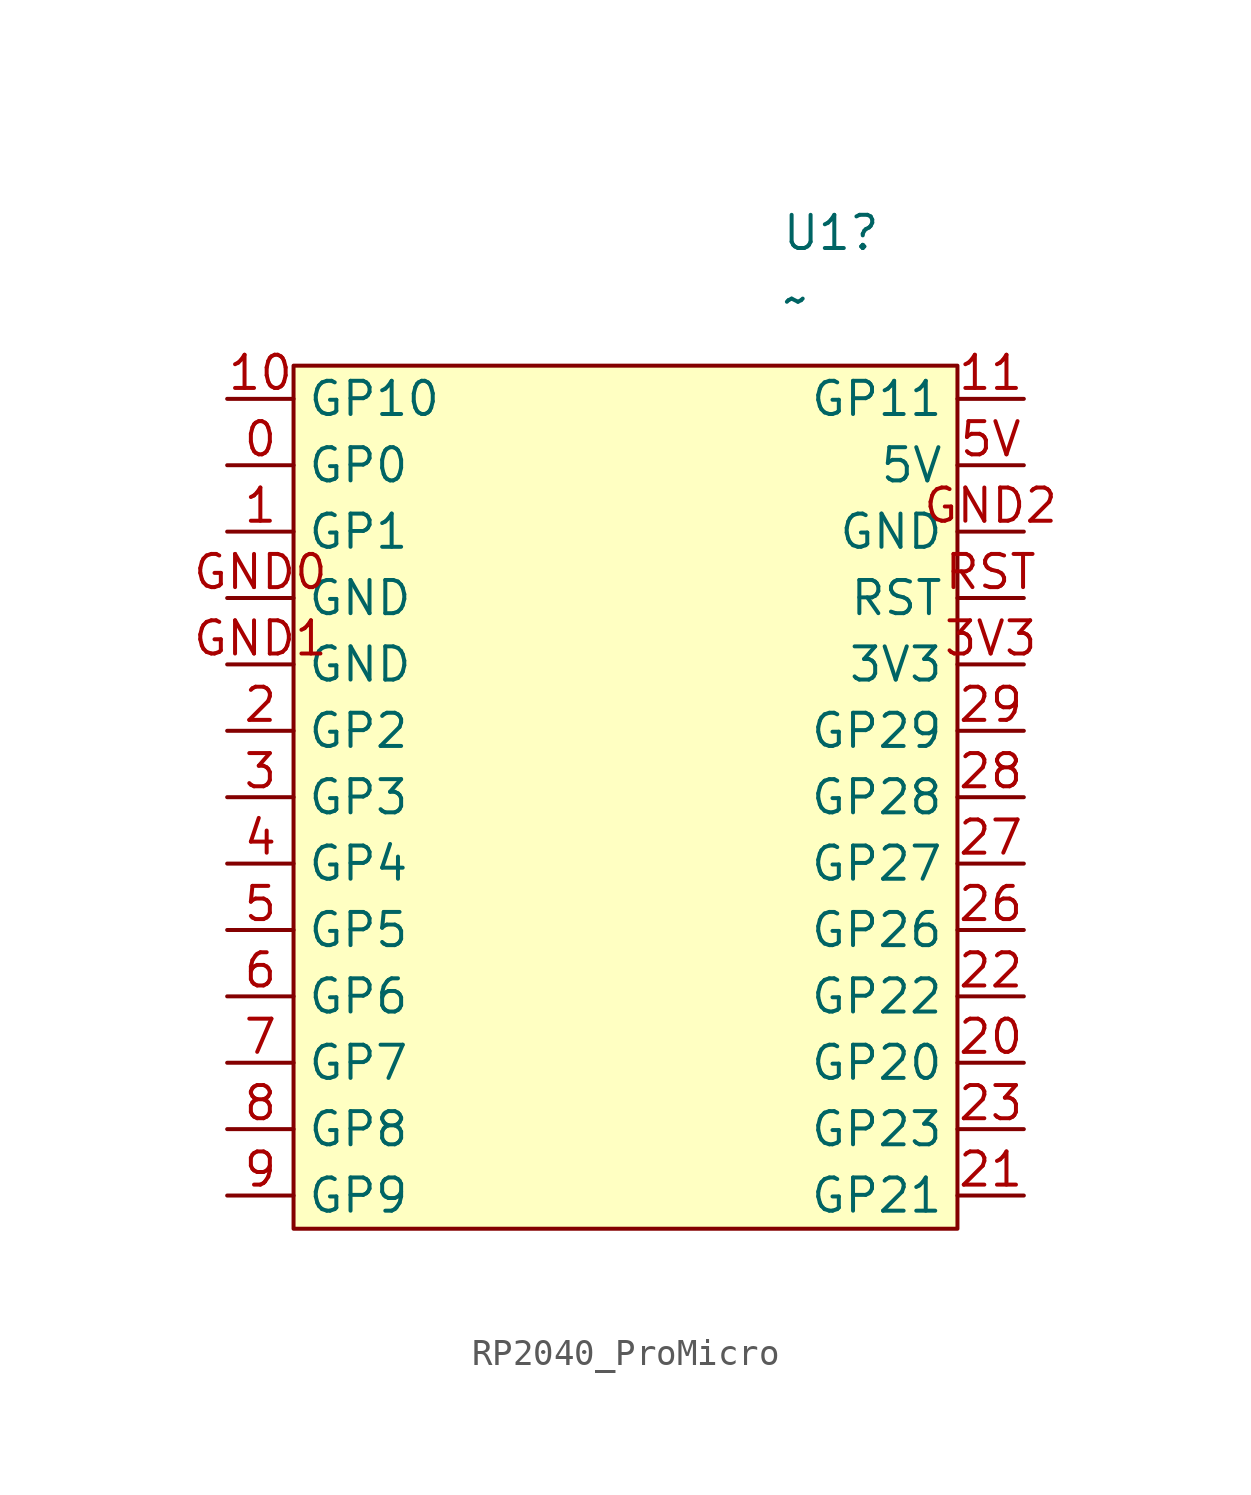
<source format=kicad_sym>
(kicad_symbol_lib
  (version 20241209)
  (generator "kicad_symbol_editor")
  (generator_version "9.0")
  (symbol "RP2040_ProMicro"
    (property "Reference" "U1"
      (at 12.303 10.16 0)
      (effects (font (size 1.27 1.27)) (justify left)))
    (property "Value" "~"
      (at 12.303 7.62 0)
      (effects (font (size 1.27 1.27)) (justify left)))
    (symbol "RP2040_ProMicro_1_1"
      (rectangle (start -6.35 5.08) (end 19.05 -27.94) (stroke (width 0) (type solid)) (fill (type background)))
      (pin bidirectional line (at -8.89 3.81 0) (length 2.54) (name "GP10" (effects (font (size 1.27 1.27)))) (number "10" (effects (font (size 1.27 1.27)))))
      (pin bidirectional line (at -8.89 1.27 0) (length 2.54) (name "GP0" (effects (font (size 1.27 1.27)))) (number "0" (effects (font (size 1.27 1.27)))))
      (pin bidirectional line (at -8.89 -1.27 0) (length 2.54) (name "GP1" (effects (font (size 1.27 1.27)))) (number "1" (effects (font (size 1.27 1.27)))))
      (pin power_out line (at -8.89 -3.81 0) (length 2.54) (name "GND" (effects (font (size 1.27 1.27)))) (number "GND0" (effects (font (size 1.27 1.27)))))
      (pin power_out line (at -8.89 -6.35 0) (length 2.54) (name "GND" (effects (font (size 1.27 1.27)))) (number "GND1" (effects (font (size 1.27 1.27)))))
      (pin bidirectional line (at -8.89 -8.89 0) (length 2.54) (name "GP2" (effects (font (size 1.27 1.27)))) (number "2" (effects (font (size 1.27 1.27)))))
      (pin bidirectional line (at -8.89 -11.43 0) (length 2.54) (name "GP3" (effects (font (size 1.27 1.27)))) (number "3" (effects (font (size 1.27 1.27)))))
      (pin bidirectional line (at -8.89 -13.97 0) (length 2.54) (name "GP4" (effects (font (size 1.27 1.27)))) (number "4" (effects (font (size 1.27 1.27)))))
      (pin bidirectional line (at -8.89 -16.51 0) (length 2.54) (name "GP5" (effects (font (size 1.27 1.27)))) (number "5" (effects (font (size 1.27 1.27)))))
      (pin bidirectional line (at -8.89 -19.05 0) (length 2.54) (name "GP6" (effects (font (size 1.27 1.27)))) (number "6" (effects (font (size 1.27 1.27)))))
      (pin bidirectional line (at -8.89 -21.59 0) (length 2.54) (name "GP7" (effects (font (size 1.27 1.27)))) (number "7" (effects (font (size 1.27 1.27)))))
      (pin bidirectional line (at -8.89 -24.13 0) (length 2.54) (name "GP8" (effects (font (size 1.27 1.27)))) (number "8" (effects (font (size 1.27 1.27)))))
      (pin bidirectional line (at -8.89 -26.67 0) (length 2.54) (name "GP9" (effects (font (size 1.27 1.27)))) (number "9" (effects (font (size 1.27 1.27)))))
      (pin bidirectional line (at 21.59 3.81 180) (length 2.54) (name "GP11" (effects (font (size 1.27 1.27)))) (number "11" (effects (font (size 1.27 1.27)))))
      (pin power_out line (at 21.59 1.27 180) (length 2.54) (name "5V" (effects (font (size 1.27 1.27)))) (number "5V" (effects (font (size 1.27 1.27)))))
      (pin power_out line (at 21.59 -1.27 180) (length 2.54) (name "GND" (effects (font (size 1.27 1.27)))) (number "GND2" (effects (font (size 1.27 1.27)))))
      (pin input line (at 21.59 -3.81 180) (length 2.54) (name "RST" (effects (font (size 1.27 1.27)))) (number "RST" (effects (font (size 1.27 1.27)))))
      (pin power_out line (at 21.59 -6.35 180) (length 2.54) (name "3V3" (effects (font (size 1.27 1.27)))) (number "3V3" (effects (font (size 1.27 1.27)))))
      (pin bidirectional line (at 21.59 -8.89 180) (length 2.54) (name "GP29" (effects (font (size 1.27 1.27)))) (number "29" (effects (font (size 1.27 1.27)))))
      (pin bidirectional line (at 21.59 -11.43 180) (length 2.54) (name "GP28" (effects (font (size 1.27 1.27)))) (number "28" (effects (font (size 1.27 1.27)))))
      (pin bidirectional line (at 21.59 -13.97 180) (length 2.54) (name "GP27" (effects (font (size 1.27 1.27)))) (number "27" (effects (font (size 1.27 1.27)))))
      (pin bidirectional line (at 21.59 -16.51 180) (length 2.54) (name "GP26" (effects (font (size 1.27 1.27)))) (number "26" (effects (font (size 1.27 1.27)))))
      (pin bidirectional line (at 21.59 -19.05 180) (length 2.54) (name "GP22" (effects (font (size 1.27 1.27)))) (number "22" (effects (font (size 1.27 1.27)))))
      (pin bidirectional line (at 21.59 -21.59 180) (length 2.54) (name "GP20" (effects (font (size 1.27 1.27)))) (number "20" (effects (font (size 1.27 1.27)))))
      (pin bidirectional line (at 21.59 -24.13 180) (length 2.54) (name "GP23" (effects (font (size 1.27 1.27)))) (number "23" (effects (font (size 1.27 1.27)))))
      (pin bidirectional line (at 21.59 -26.67 180) (length 2.54) (name "GP21" (effects (font (size 1.27 1.27)))) (number "21" (effects (font (size 1.27 1.27))))))))
</source>
